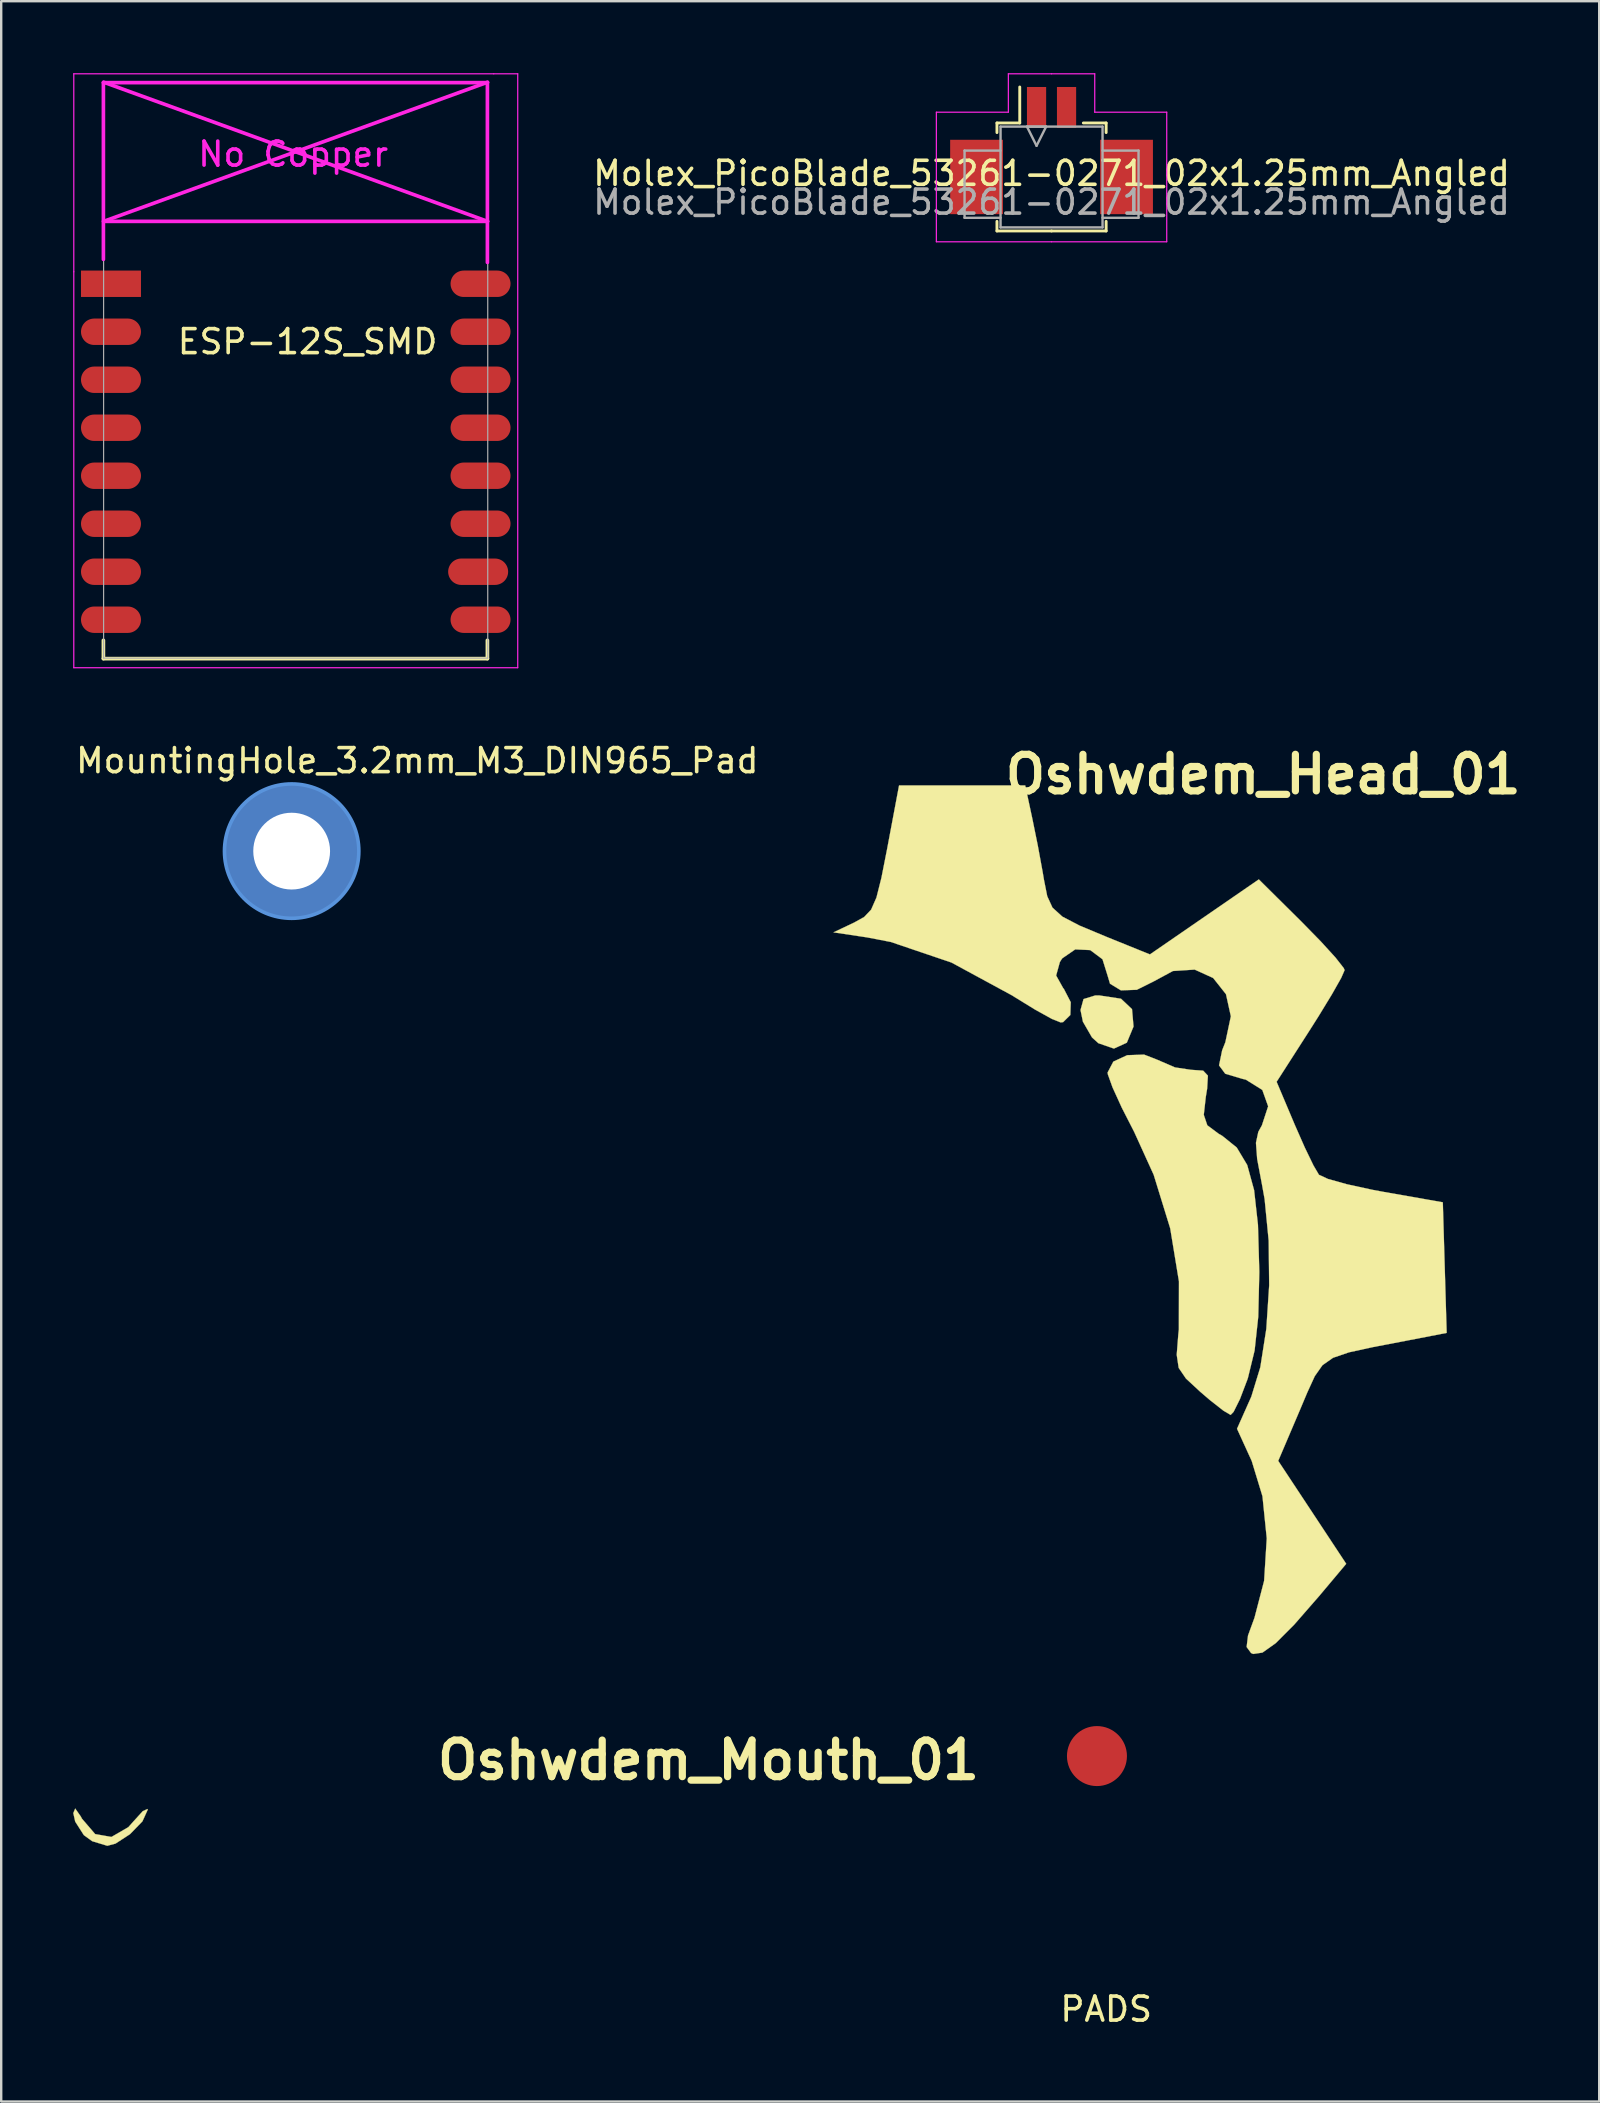
<source format=kicad_pcb>
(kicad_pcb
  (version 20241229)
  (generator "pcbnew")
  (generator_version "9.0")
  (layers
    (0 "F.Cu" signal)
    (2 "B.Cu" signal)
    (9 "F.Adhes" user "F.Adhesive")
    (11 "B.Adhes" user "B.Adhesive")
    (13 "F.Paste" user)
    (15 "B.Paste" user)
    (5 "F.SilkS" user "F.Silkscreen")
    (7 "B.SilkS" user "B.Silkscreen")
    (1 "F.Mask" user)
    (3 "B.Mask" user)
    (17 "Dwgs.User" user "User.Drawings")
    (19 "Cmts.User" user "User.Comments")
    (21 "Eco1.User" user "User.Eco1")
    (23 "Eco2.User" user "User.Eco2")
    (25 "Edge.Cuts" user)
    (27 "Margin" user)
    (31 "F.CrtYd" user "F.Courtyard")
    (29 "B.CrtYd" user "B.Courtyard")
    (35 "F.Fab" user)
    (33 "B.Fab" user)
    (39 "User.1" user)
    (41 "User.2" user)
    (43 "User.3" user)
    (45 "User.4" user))
  (footprint "Oshwdem_Head_01"
    (layer "F.Cu")
    (at 45.081 47.458)
    (property "Reference" "Oshwdem_Head_01" (at 4.508 -18.24 0) (layer "F.SilkS") (effects (font (size 1.524 1.524) (thickness 0.3))))
    (attr through_hole)
    (fp_poly (pts (xy -1.416 -8.889) (xy -0.958 -8.456) (xy -0.895 -7.73) (xy -1.174 -7.057) (xy -1.712 -6.812) (xy -2.359 -7.035) (xy -2.626 -7.277) (xy -3.004 -7.931) (xy -3.104 -8.418) (xy -2.978 -8.875) (xy -2.496 -9.024) (xy -2.328 -9.027) (xy -1.416 -8.889)) (stroke (width 0.01) (type solid)) (fill yes) (layer "F.SilkS"))
    (fp_poly (pts (xy 0.084 -6.351) (xy 0.833 -6.027) (xy 1.499 -5.927) (xy 2.008 -5.892) (xy 2.204 -5.684) (xy 2.173 -5.142) (xy 2.117 -4.799) (xy 2.033 -4.051) (xy 2.179 -3.616) (xy 2.654 -3.261) (xy 2.802 -3.176) (xy 3.407 -2.688) (xy 3.843 -1.96) (xy 4.13 -0.912) (xy 4.291 0.534) (xy 4.346 2.456) (xy 4.346 2.54) (xy 4.303 4.362) (xy 4.151 5.77) (xy 3.874 6.906) (xy 3.848 6.985) (xy 3.54 7.794) (xy 3.275 8.327) (xy 3.152 8.455) (xy 2.849 8.276) (xy 2.283 7.832) (xy 1.888 7.493) (xy 1.29 6.939) (xy 0.987 6.495) (xy 0.905 5.95) (xy 0.972 5.092) (xy 0.994 4.894) (xy 0.998 2.892) (xy 0.634 0.681) (xy -0.056 -1.555) (xy -0.867 -3.338) (xy -1.381 -4.343) (xy -1.768 -5.191) (xy -1.964 -5.734) (xy -1.976 -5.814) (xy -1.736 -6.269) (xy -1.159 -6.536) (xy -0.455 -6.561) (xy 0.084 -6.351)) (stroke (width 0.01) (type solid)) (fill yes) (layer "F.SilkS"))
    (fp_poly (pts (xy -5.108 -16.375) (xy -4.884 -15.272) (xy -4.682 -14.173) (xy -4.626 -13.841) (xy -4.491 -13.162) (xy -4.273 -12.686) (xy -3.86 -12.311) (xy -3.141 -11.936) (xy -2.011 -11.464) (xy -0.212 -10.736) (xy 2.057 -12.299) (xy 4.326 -13.862) (xy 6.114 -12.09) (xy 6.91 -11.276) (xy 7.524 -10.602) (xy 7.863 -10.169) (xy 7.902 -10.082) (xy 7.759 -9.755) (xy 7.374 -9.075) (xy 6.816 -8.16) (xy 6.485 -7.637) (xy 5.068 -5.428) (xy 5.827 -3.631) (xy 6.244 -2.685) (xy 6.606 -1.937) (xy 6.833 -1.552) (xy 7.208 -1.379) (xy 7.997 -1.158) (xy 9.058 -0.927) (xy 9.537 -0.838) (xy 11.994 -0.406) (xy 12.155 5.036) (xy 10.523 5.352) (xy 9.082 5.628) (xy 8.083 5.846) (xy 7.418 6.074) (xy 6.979 6.382) (xy 6.658 6.839) (xy 6.348 7.515) (xy 6.05 8.223) (xy 5.135 10.369) (xy 6.552 12.514) (xy 7.968 14.659) (xy 6.835 16.008) (xy 5.797 17.198) (xy 5.029 17.967) (xy 4.477 18.359) (xy 4.091 18.416) (xy 4.002 18.376) (xy 3.818 18.125) (xy 3.876 17.647) (xy 4.146 16.907) (xy 4.547 15.368) (xy 4.657 13.599) (xy 4.478 11.842) (xy 4.03 10.372) (xy 3.418 9.031) (xy 4.014 7.691) (xy 4.388 6.47) (xy 4.639 4.867) (xy 4.758 3.051) (xy 4.737 1.194) (xy 4.568 -0.536) (xy 4.456 -1.159) (xy 4.257 -2.211) (xy 4.207 -2.884) (xy 4.305 -3.342) (xy 4.455 -3.613) (xy 4.715 -4.406) (xy 4.472 -5.088) (xy 3.785 -5.517) (xy 3.64 -5.551) (xy 2.927 -5.763) (xy 2.669 -6.111) (xy 2.798 -6.74) (xy 2.932 -7.077) (xy 3.161 -8.157) (xy 2.958 -9.077) (xy 2.423 -9.753) (xy 1.653 -10.103) (xy 0.746 -10.044) (xy -0.058 -9.61) (xy -0.757 -9.262) (xy -1.42 -9.238) (xy -1.875 -9.515) (xy -1.976 -9.854) (xy -2.188 -10.534) (xy -2.7 -10.916) (xy -3.324 -10.945) (xy -3.869 -10.569) (xy -3.964 -10.419) (xy -4.12 -9.857) (xy -3.829 -9.335) (xy -3.798 -9.3) (xy -3.511 -8.745) (xy -3.528 -8.211) (xy -3.83 -7.914) (xy -3.933 -7.902) (xy -4.293 -8.046) (xy -4.981 -8.426) (xy -5.854 -8.962) (xy -5.947 -9.022) (xy -8.482 -10.397) (xy -11.012 -11.255) (xy -12.002 -11.446) (xy -13.398 -11.655) (xy -12.531 -12.066) (xy -12.119 -12.296) (xy -11.83 -12.601) (xy -11.608 -13.105) (xy -11.401 -13.927) (xy -11.164 -15.128) (xy -10.665 -17.78) (xy -5.409 -17.78) (xy -5.108 -16.375)) (stroke (width 0.01) (type solid)) (fill yes) (layer "F.SilkS")))
  (footprint "Oshwdem_Mouth_01"
    (layer "F.Cu")
    (at 1.694 72.738)
    (property "Reference" "Oshwdem_Mouth_01" (at 24.778 -2.441 0) (layer "F.SilkS") (effects (font (size 1.524 1.524) (thickness 0.3))))
    (attr through_hole)
    (fp_poly (pts (xy -1.374 -0.087) (xy -1.329 0) (xy -0.778 0.642) (xy -0.1 0.761) (xy 0.606 0.352) (xy 0.814 0.118) (xy 1.205 -0.313) (xy 1.405 -0.405) (xy 1.411 -0.373) (xy 1.191 0.112) (xy 0.672 0.646) (xy 0.068 1.039) (xy -0.273 1.129) (xy -0.902 0.938) (xy -1.25 0.685) (xy -1.61 0.122) (xy -1.689 -0.232) (xy -1.61 -0.424) (xy -1.374 -0.087)) (stroke (width 0.01) (type solid)) (fill yes) (layer "F.SilkS")))
  (footprint "Molex_PicoBlade_53261-0271_02x1.25mm_Angled"
    (layer "F.Cu")
    (at 40.77 2.875)
    (property "Reference" "Molex_PicoBlade_53261-0271_02x1.25mm_Angled" (at 0 1.3 0) (layer "F.SilkS") (effects (font (size 1 1) (thickness 0.15))))
    (attr smd)
    (fp_line (start -2.275 -0.8) (end -2.275 -0.4) (stroke (width 0.12) (type solid)) (layer "F.SilkS"))
    (fp_line (start -2.275 3.3) (end -2.275 3.7) (stroke (width 0.12) (type solid)) (layer "F.SilkS"))
    (fp_line (start -2.275 3.7) (end 0 3.7) (stroke (width 0.12) (type solid)) (layer "F.SilkS"))
    (fp_line (start -1.325 -0.8) (end -2.275 -0.8) (stroke (width 0.12) (type solid)) (layer "F.SilkS"))
    (fp_line (start -1.325 -0.8) (end -1.325 -2.3) (stroke (width 0.12) (type solid)) (layer "F.SilkS"))
    (fp_line (start 1.325 -0.8) (end 2.275 -0.8) (stroke (width 0.12) (type solid)) (layer "F.SilkS"))
    (fp_line (start 2.275 -0.8) (end 2.275 -0.4) (stroke (width 0.12) (type solid)) (layer "F.SilkS"))
    (fp_line (start 2.275 3.3) (end 2.275 3.7) (stroke (width 0.12) (type solid)) (layer "F.SilkS"))
    (fp_line (start 2.275 3.7) (end 0 3.7) (stroke (width 0.12) (type solid)) (layer "F.SilkS"))
    (fp_line (start -4.8 -1.25) (end -4.8 4.15) (stroke (width 0.05) (type solid)) (layer "F.CrtYd"))
    (fp_line (start -4.8 4.15) (end 0 4.15) (stroke (width 0.05) (type solid)) (layer "F.CrtYd"))
    (fp_line (start -1.8 -2.85) (end -1.8 -1.25) (stroke (width 0.05) (type solid)) (layer "F.CrtYd"))
    (fp_line (start -1.8 -1.25) (end -4.8 -1.25) (stroke (width 0.05) (type solid)) (layer "F.CrtYd"))
    (fp_line (start 0 -2.85) (end -1.8 -2.85) (stroke (width 0.05) (type solid)) (layer "F.CrtYd"))
    (fp_line (start 0 -2.85) (end 1.8 -2.85) (stroke (width 0.05) (type solid)) (layer "F.CrtYd"))
    (fp_line (start 1.8 -2.85) (end 1.8 -1.25) (stroke (width 0.05) (type solid)) (layer "F.CrtYd"))
    (fp_line (start 1.8 -1.25) (end 4.8 -1.25) (stroke (width 0.05) (type solid)) (layer "F.CrtYd"))
    (fp_line (start 4.8 -1.25) (end 4.8 4.15) (stroke (width 0.05) (type solid)) (layer "F.CrtYd"))
    (fp_line (start 4.8 4.15) (end 0 4.15) (stroke (width 0.05) (type solid)) (layer "F.CrtYd"))
    (fp_line (start -3.625 0.35) (end -3.625 3.15) (stroke (width 0.1) (type solid)) (layer "F.Fab"))
    (fp_line (start -3.625 3.15) (end -2.125 3.15) (stroke (width 0.1) (type solid)) (layer "F.Fab"))
    (fp_line (start -2.125 -0.65) (end 2.125 -0.65) (stroke (width 0.1) (type solid)) (layer "F.Fab"))
    (fp_line (start -2.125 0.35) (end -3.625 0.35) (stroke (width 0.1) (type solid)) (layer "F.Fab"))
    (fp_line (start -2.125 3.55) (end -2.125 -0.65) (stroke (width 0.1) (type solid)) (layer "F.Fab"))
    (fp_line (start -1.025 -0.65) (end -0.625 0.15) (stroke (width 0.1) (type solid)) (layer "F.Fab"))
    (fp_line (start -0.625 0.15) (end -0.225 -0.65) (stroke (width 0.1) (type solid)) (layer "F.Fab"))
    (fp_line (start -0.225 -0.65) (end -1.025 -0.65) (stroke (width 0.1) (type solid)) (layer "F.Fab"))
    (fp_line (start 2.125 -0.65) (end 2.125 3.55) (stroke (width 0.1) (type solid)) (layer "F.Fab"))
    (fp_line (start 2.125 0.35) (end 3.625 0.35) (stroke (width 0.1) (type solid)) (layer "F.Fab"))
    (fp_line (start 2.125 3.55) (end -2.125 3.55) (stroke (width 0.1) (type solid)) (layer "F.Fab"))
    (fp_line (start 3.625 0.35) (end 3.625 3.15) (stroke (width 0.1) (type solid)) (layer "F.Fab"))
    (fp_line (start 3.625 3.15) (end 2.125 3.15) (stroke (width 0.1) (type solid)) (layer "F.Fab"))
    (fp_text user "${REFERENCE}" (at 0 2.5 0) (layer "F.Fab") (effects (font (size 1 1) (thickness 0.15))))
    (pad "" smd rect (at -3.125 1.45) (size 2.2 3.1) (layers "F.Cu" "F.Mask" "F.Paste"))
    (pad "" smd rect (at 3.125 1.45) (size 2.2 3.1) (layers "F.Cu" "F.Mask" "F.Paste"))
    (pad "1" smd rect (at -0.625 -1.45) (size 0.8 1.7) (layers "F.Cu" "F.Mask" "F.Paste"))
    (pad "2" smd rect (at 0.625 -1.45) (size 0.8 1.7) (layers "F.Cu" "F.Mask" "F.Paste")))
  (footprint "ESP-12S_SMD"
    (layer "F.Cu")
    (at 2.275 8.775)
    (property "Reference" "ESP-12S_SMD" (at 7.493 2.413 0) (layer "F.SilkS") (effects (font (size 1 1) (thickness 0.15))))
    (attr smd)
    (fp_line (start -1.016 14.859) (end -1.016 15.621) (stroke (width 0.152) (type solid)) (layer "F.SilkS"))
    (fp_line (start -1.016 15.621) (end 14.986 15.621) (stroke (width 0.152) (type solid)) (layer "F.SilkS"))
    (fp_line (start 14.986 15.621) (end 14.986 14.859) (stroke (width 0.152) (type solid)) (layer "F.SilkS"))
    (fp_line (start -2.25 -8.75) (end 15.25 -8.75) (stroke (width 0.05) (type solid)) (layer "F.CrtYd"))
    (fp_line (start -2.25 -0.5) (end -2.25 -8.75) (stroke (width 0.05) (type solid)) (layer "F.CrtYd"))
    (fp_line (start -2.25 16) (end -2.25 -0.5) (stroke (width 0.05) (type solid)) (layer "F.CrtYd"))
    (fp_line (start -1.016 -8.382) (end -1.016 -1.016) (stroke (width 0.152) (type solid)) (layer "F.CrtYd"))
    (fp_line (start -1.016 -8.382) (end 14.986 -8.382) (stroke (width 0.152) (type solid)) (layer "F.CrtYd"))
    (fp_line (start -1.008 -8.4) (end 14.992 -2.6) (stroke (width 0.152) (type solid)) (layer "F.CrtYd"))
    (fp_line (start -1.008 -2.6) (end 14.992 -2.6) (stroke (width 0.152) (type solid)) (layer "F.CrtYd"))
    (fp_line (start 14.986 -8.382) (end 14.986 -0.889) (stroke (width 0.152) (type solid)) (layer "F.CrtYd"))
    (fp_line (start 14.992 -8.4) (end -1.008 -2.6) (stroke (width 0.152) (type solid)) (layer "F.CrtYd"))
    (fp_line (start 15.25 -8.75) (end 16.25 -8.75) (stroke (width 0.05) (type solid)) (layer "F.CrtYd"))
    (fp_line (start 16.25 -8.75) (end 16.25 16) (stroke (width 0.05) (type solid)) (layer "F.CrtYd"))
    (fp_line (start 16.25 16) (end -2.25 16) (stroke (width 0.05) (type solid)) (layer "F.CrtYd"))
    (fp_line (start -1.008 -8.4) (end 14.992 -8.4) (stroke (width 0.05) (type solid)) (layer "F.Fab"))
    (fp_line (start -1.008 15.6) (end -1.008 -8.4) (stroke (width 0.05) (type solid)) (layer "F.Fab"))
    (fp_line (start 14.992 15.6) (end -1.008 15.6) (stroke (width 0.05) (type solid)) (layer "F.Fab"))
    (fp_line (start 15 -8.4) (end 15 15.6) (stroke (width 0.05) (type solid)) (layer "F.Fab"))
    (fp_text user "No Copper" (at 6.892 -5.4 0) (layer "F.CrtYd") (effects (font (size 1 1) (thickness 0.15))))
    (pad "1" smd rect (at 0 0) (size 2.5 1.1) (drill (offset -0.7 0)) (layers "F.Cu" "F.Mask" "F.Paste"))
    (pad "2" smd oval (at 0 2) (size 2.5 1.1) (drill (offset -0.7 0)) (layers "F.Cu" "F.Mask" "F.Paste"))
    (pad "3" smd oval (at 0 4) (size 2.5 1.1) (drill (offset -0.7 0)) (layers "F.Cu" "F.Mask" "F.Paste"))
    (pad "4" smd oval (at 0 6) (size 2.5 1.1) (drill (offset -0.7 0)) (layers "F.Cu" "F.Mask" "F.Paste"))
    (pad "5" smd oval (at 0 8) (size 2.5 1.1) (drill (offset -0.7 0)) (layers "F.Cu" "F.Mask" "F.Paste"))
    (pad "6" smd oval (at 0 10) (size 2.5 1.1) (drill (offset -0.7 0)) (layers "F.Cu" "F.Mask" "F.Paste"))
    (pad "7" smd oval (at 0 12) (size 2.5 1.1) (drill (offset -0.7 0)) (layers "F.Cu" "F.Mask" "F.Paste"))
    (pad "8" smd oval (at 0 14) (size 2.5 1.1) (drill (offset -0.7 0)) (layers "F.Cu" "F.Mask" "F.Paste"))
    (pad "9" smd oval (at 14 14) (size 2.5 1.1) (drill (offset 0.7 0)) (layers "F.Cu" "F.Mask" "F.Paste"))
    (pad "10" smd oval (at 14 12) (size 2.5 1.1) (drill (offset 0.6 0)) (layers "F.Cu" "F.Mask" "F.Paste"))
    (pad "11" smd oval (at 14 10) (size 2.5 1.1) (drill (offset 0.7 0)) (layers "F.Cu" "F.Mask" "F.Paste"))
    (pad "12" smd oval (at 14 8) (size 2.5 1.1) (drill (offset 0.7 0)) (layers "F.Cu" "F.Mask" "F.Paste"))
    (pad "13" smd oval (at 14 6) (size 2.5 1.1) (drill (offset 0.7 0)) (layers "F.Cu" "F.Mask" "F.Paste"))
    (pad "14" smd oval (at 14 4) (size 2.5 1.1) (drill (offset 0.7 0)) (layers "F.Cu" "F.Mask" "F.Paste"))
    (pad "15" smd oval (at 14 2) (size 2.5 1.1) (drill (offset 0.7 0)) (layers "F.Cu" "F.Mask" "F.Paste"))
    (pad "16" smd oval (at 14 0) (size 2.5 1.1) (drill (offset 0.7 0)) (layers "F.Cu" "F.Mask" "F.Paste")))
  (footprint "PADS"
    (layer "F.Cu")
    (at 42.662 70.129)
    (property "Reference" "PADS" (at 0.385 10.546 0) (layer "F.SilkS") (effects (font (size 1 1) (thickness 0.15))))
    (attr through_hole)
    (pad "1" smd circle (at 0 0) (size 2.5 2.5) (layers "F.Cu" "F.Mask")))
  (footprint "MountingHole_3.2mm_M3_DIN965_Pad"
    (layer "F.Cu")
    (at 9.104 32.418)
    (property "Reference" "MountingHole_3.2mm_M3_DIN965_Pad" (at 5.235 -3.769 0) (layer "F.SilkS") (effects (font (size 1 1) (thickness 0.15))))
    (attr through_hole)
    (fp_circle (center 0 0) (end 2.8 0) (stroke (width 0.15) (type solid)) (fill no) (layer "Cmts.User"))
    (pad "1" thru_hole circle (at 0 0) (size 5.6 5.6) (drill 3.2) (layers "*.Cu" "*.Mask")))
  (gr_rect
    (start -3 -3)
    (end 63.592 84.524)
    (stroke (width 0.1) (type default))
    (fill no)
    (layer "Edge.Cuts")))
</source>
